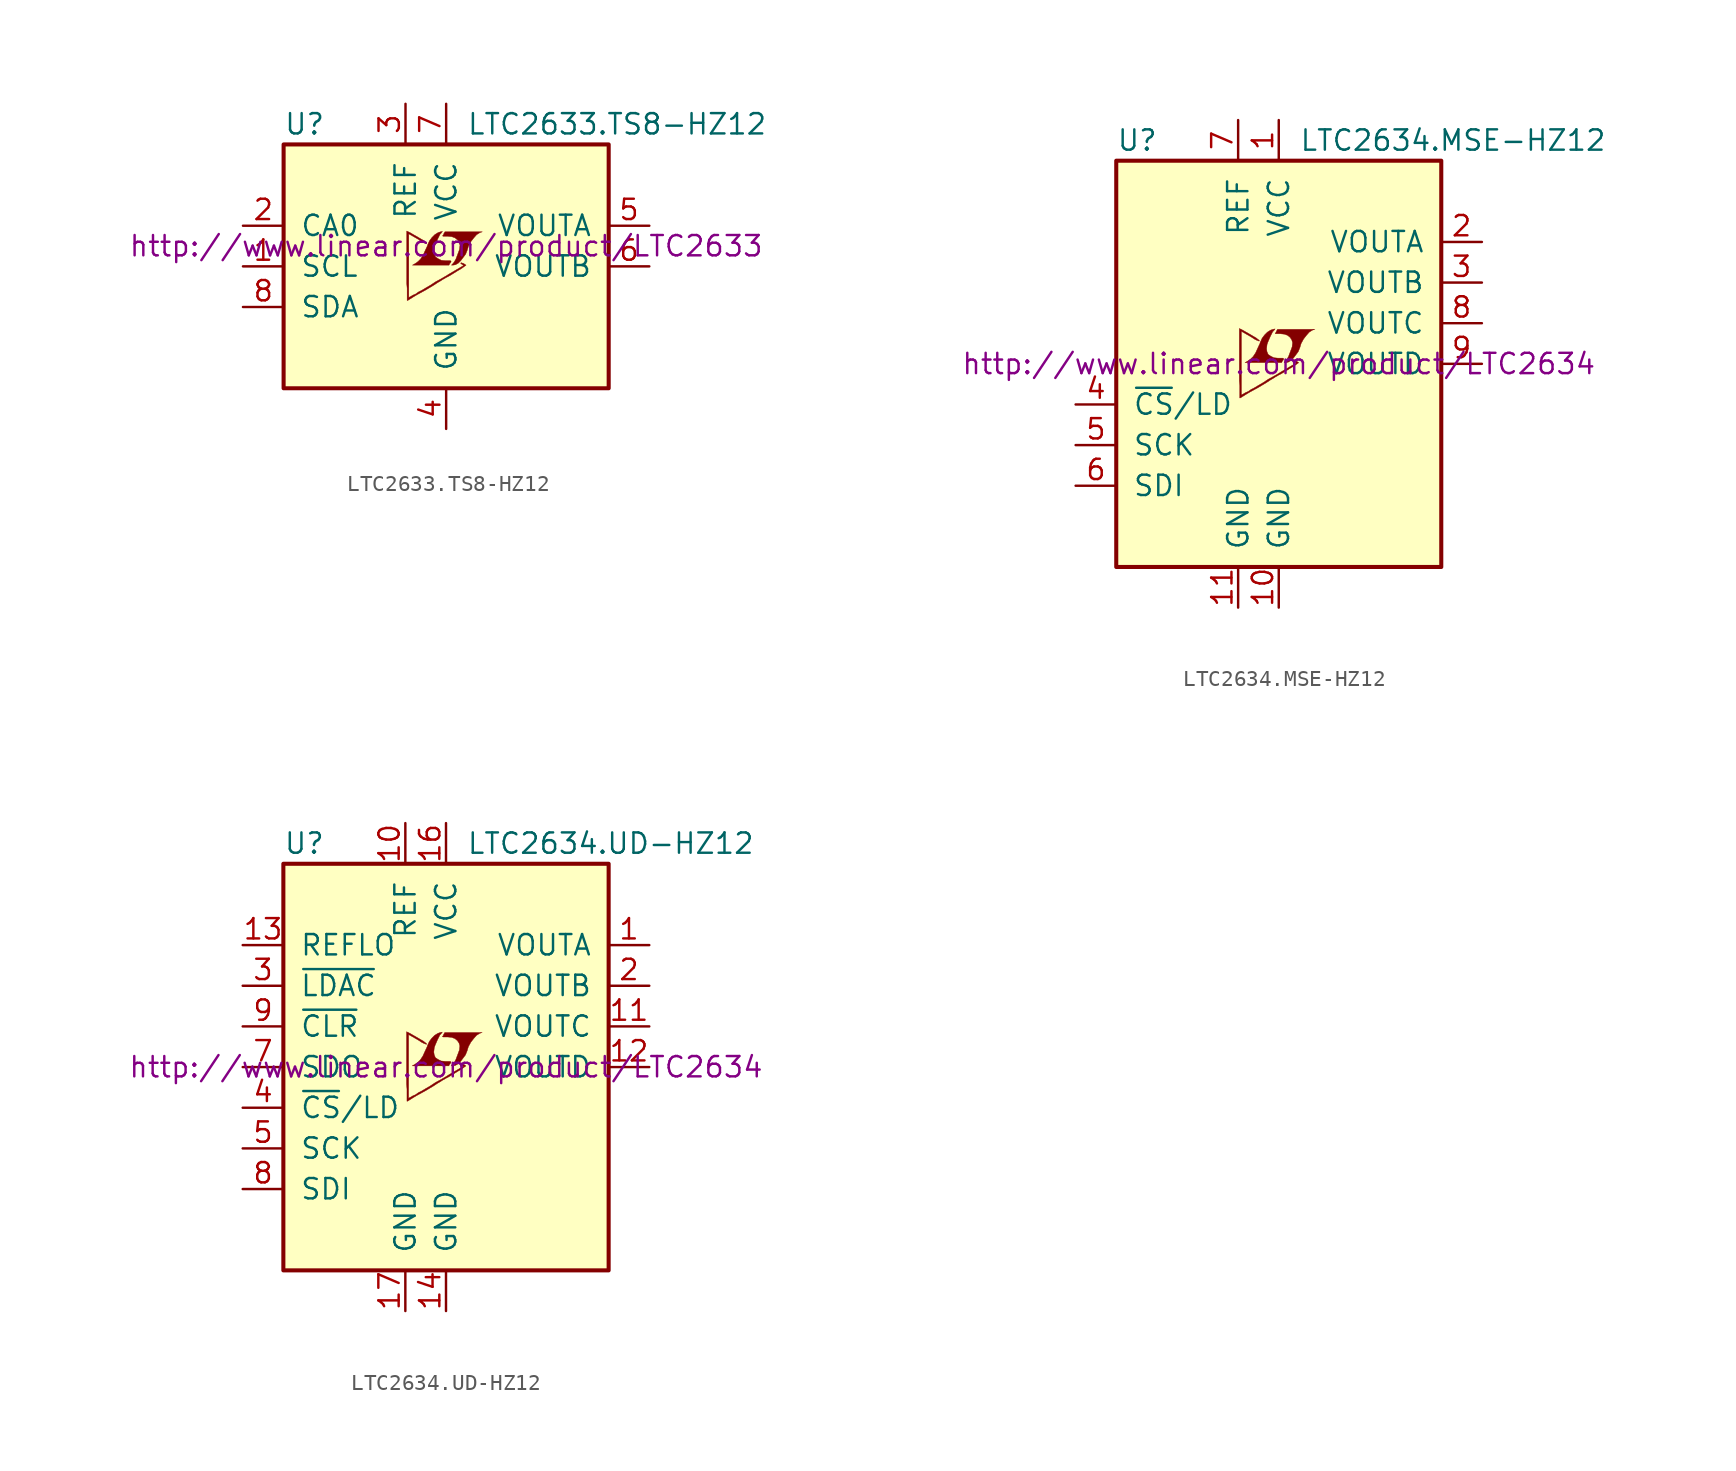
<source format=kicad_sym>
(kicad_symbol_lib
  (version 20201005)
  (generator kicad_symbol_editor)
  (symbol "LTC2633.TS8-HZ12"
    (pin_names
      (offset 1.016))
    (property "Reference" "U"
      (at -10.16 8.89 0)
      (effects (font (size 1.27 1.27)) (justify left)))
    (property "Value" "LTC2633.TS8-HZ12"
      (at 1.27 8.89 0)
      (effects (font (size 1.27 1.27)) (justify left)))
    (property "Datasheet" "http://www.linear.com/product/LTC2633"
      (at 0 1.27 0)
      (effects (font (size 1.27 1.27))))
    (symbol "LTC2633.TS8-HZ12_0_0"
      (polyline (pts (xy 0.584 0.102) (xy 0.762 0.203) (xy 0.914 0.356) (xy 1.219 0.762) (xy 1.321 1.016) (xy 1.397 1.27) (xy 1.549 1.549) (xy 1.727 1.778) (xy 1.905 1.981) (xy 2.108 2.108) (xy 2.261 2.159) (xy -0.076 2.159) (xy -0.152 2.032) (xy -0.152 2.007) (xy -0.203 1.93) (xy -0.229 1.905) (xy -0.178 1.88) (xy 0.102 1.88) (xy 0.356 1.854) (xy 0.559 1.778) (xy 0.711 1.651) (xy 0.813 1.499) (xy 0.864 1.321) (xy 0.838 1.092) (xy 0.838 1.067) (xy 0.61 0.457) (xy 0.508 0.279) (xy 0.406 0.152) (xy 0.33 0.076) (xy 0.432 0.076) (xy 0.584 0.102)) (stroke (width 0.025)) (fill (type outline)))
      (polyline (pts (xy 0.229 0.178) (xy 0.254 0.203) (xy 0.305 0.279) (xy 0.305 0.33) (xy 0.254 0.356) (xy -0.051 0.356) (xy -0.305 0.381) (xy -0.508 0.483) (xy -0.66 0.584) (xy -0.737 0.762) (xy -0.762 0.94) (xy -0.737 1.168) (xy -0.737 1.194) (xy -0.686 1.346) (xy -0.533 1.702) (xy -0.381 2.007) (xy -0.305 2.083) (xy -0.229 2.184) (xy -0.356 2.159) (xy -0.508 2.108) (xy -0.711 1.981) (xy -0.889 1.803) (xy -1.041 1.6) (xy -1.168 1.321) (xy -1.168 1.295) (xy -1.321 0.965) (xy -1.448 0.686) (xy -1.6 0.457) (xy -1.753 0.305) (xy -1.93 0.178) (xy -2.108 0.076) (xy 0.178 0.076) (xy 0.229 0.178)) (stroke (width 0.025)) (fill (type outline)))
      (polyline (pts (xy -2.362 -2.108) (xy -2.286 -2.057) (xy -2.159 -1.981) (xy -2.083 -1.93) (xy -1.829 -1.778) (xy -1.27 -1.473) (xy -0.762 -1.168) (xy -0.533 -1.016) (xy -0.356 -0.914) (xy -0.203 -0.813) (xy -0.102 -0.762) (xy -0.025 -0.711) (xy 0.127 -0.635) (xy 0.305 -0.533) (xy 0.711 -0.279) (xy 0.889 -0.178) (xy 1.041 -0.076) (xy 1.143 0) (xy 1.219 0.051) (xy 1.245 0.076) (xy 1.092 0.178) (xy 0.94 0.229) (xy 0.914 0.203) (xy 0.914 0.178) (xy 0.991 0.127) (xy 1.092 0.051) (xy 0.178 -0.483) (xy -0.025 -0.61) (xy -0.33 -0.787) (xy -0.66 -0.965) (xy -0.965 -1.168) (xy -1.27 -1.346) (xy -1.524 -1.499) (xy -1.727 -1.6) (xy -1.905 -1.727) (xy -2.083 -1.803) (xy -2.21 -1.88) (xy -2.311 -1.93) (xy -2.337 -1.956) (xy -2.337 2.032) (xy -1.803 1.727) (xy -1.676 1.651) (xy -1.524 1.549) (xy -1.372 1.473) (xy -1.295 1.448) (xy -1.245 1.422) (xy -1.219 1.422) (xy -1.219 1.473) (xy -1.295 1.524) (xy -1.422 1.626) (xy -1.6 1.727) (xy -1.727 1.803) (xy -2.083 2.007) (xy -2.21 2.083) (xy -2.464 2.21) (xy -2.464 -1.067) (xy -2.438 -1.372) (xy -2.438 -2.134) (xy -2.413 -2.134) (xy -2.362 -2.108)) (stroke (width 0.025)) (fill (type outline))))
    (symbol "LTC2633.TS8-HZ12_0_1"
      (rectangle (start -10.16 7.62) (end 10.16 -7.62) (stroke (width 0.254)) (fill (type background))))
    (symbol "LTC2633.TS8-HZ12_1_1"
      (pin input line (at -12.7 0 0) (length 2.54) (name "SCL" (effects (font (size 1.27 1.27)))) (number "1" (effects (font (size 1.27 1.27)))))
      (pin input line (at -12.7 2.54 0) (length 2.54) (name "CA0" (effects (font (size 1.27 1.27)))) (number "2" (effects (font (size 1.27 1.27)))))
      (pin passive line (at -2.54 10.16 270) (length 2.54) (name "REF" (effects (font (size 1.27 1.27)))) (number "3" (effects (font (size 1.27 1.27)))))
      (pin power_in line (at 0 -10.16 90) (length 2.54) (name "GND" (effects (font (size 1.27 1.27)))) (number "4" (effects (font (size 1.27 1.27)))))
      (pin output line (at 12.7 2.54 180) (length 2.54) (name "VOUTA" (effects (font (size 1.27 1.27)))) (number "5" (effects (font (size 1.27 1.27)))))
      (pin output line (at 12.7 0 180) (length 2.54) (name "VOUTB" (effects (font (size 1.27 1.27)))) (number "6" (effects (font (size 1.27 1.27)))))
      (pin power_in line (at 0 10.16 270) (length 2.54) (name "VCC" (effects (font (size 1.27 1.27)))) (number "7" (effects (font (size 1.27 1.27)))))
      (pin input line (at -12.7 -2.54 0) (length 2.54) (name "SDA" (effects (font (size 1.27 1.27)))) (number "8" (effects (font (size 1.27 1.27)))))))
  (symbol "LTC2634.MSE-HZ12"
    (pin_names
      (offset 1.016))
    (property "Reference" "U"
      (at -10.16 13.97 0)
      (effects (font (size 1.27 1.27)) (justify left)))
    (property "Value" "LTC2634.MSE-HZ12"
      (at 1.27 13.97 0)
      (effects (font (size 1.27 1.27)) (justify left)))
    (property "Datasheet" "http://www.linear.com/product/LTC2634"
      (at 0 0 0)
      (effects (font (size 1.27 1.27))))
    (symbol "LTC2634.MSE-HZ12_0_0"
      (polyline (pts (xy 0.584 0.102) (xy 0.762 0.203) (xy 0.914 0.356) (xy 1.219 0.762) (xy 1.321 1.016) (xy 1.397 1.27) (xy 1.549 1.549) (xy 1.727 1.778) (xy 1.905 1.981) (xy 2.108 2.108) (xy 2.261 2.159) (xy -0.076 2.159) (xy -0.152 2.032) (xy -0.152 2.007) (xy -0.203 1.93) (xy -0.229 1.905) (xy -0.178 1.88) (xy 0.102 1.88) (xy 0.356 1.854) (xy 0.559 1.778) (xy 0.711 1.651) (xy 0.813 1.499) (xy 0.864 1.321) (xy 0.838 1.092) (xy 0.838 1.067) (xy 0.61 0.457) (xy 0.508 0.279) (xy 0.406 0.152) (xy 0.33 0.076) (xy 0.432 0.076) (xy 0.584 0.102)) (stroke (width 0.025)) (fill (type outline)))
      (polyline (pts (xy 0.229 0.178) (xy 0.254 0.203) (xy 0.305 0.279) (xy 0.305 0.33) (xy 0.254 0.356) (xy -0.051 0.356) (xy -0.305 0.381) (xy -0.508 0.483) (xy -0.66 0.584) (xy -0.737 0.762) (xy -0.762 0.94) (xy -0.737 1.168) (xy -0.737 1.194) (xy -0.686 1.346) (xy -0.533 1.702) (xy -0.381 2.007) (xy -0.305 2.083) (xy -0.229 2.184) (xy -0.356 2.159) (xy -0.508 2.108) (xy -0.711 1.981) (xy -0.889 1.803) (xy -1.041 1.6) (xy -1.168 1.321) (xy -1.168 1.295) (xy -1.321 0.965) (xy -1.448 0.686) (xy -1.6 0.457) (xy -1.753 0.305) (xy -1.93 0.178) (xy -2.108 0.076) (xy 0.178 0.076) (xy 0.229 0.178)) (stroke (width 0.025)) (fill (type outline)))
      (polyline (pts (xy -2.362 -2.108) (xy -2.286 -2.057) (xy -2.159 -1.981) (xy -2.083 -1.93) (xy -1.829 -1.778) (xy -1.27 -1.473) (xy -0.762 -1.168) (xy -0.533 -1.016) (xy -0.356 -0.914) (xy -0.203 -0.813) (xy -0.102 -0.762) (xy -0.025 -0.711) (xy 0.127 -0.635) (xy 0.305 -0.533) (xy 0.711 -0.279) (xy 0.889 -0.178) (xy 1.041 -0.076) (xy 1.143 0) (xy 1.219 0.051) (xy 1.245 0.076) (xy 1.092 0.178) (xy 0.94 0.229) (xy 0.914 0.203) (xy 0.914 0.178) (xy 0.991 0.127) (xy 1.092 0.051) (xy 0.178 -0.483) (xy -0.025 -0.61) (xy -0.33 -0.787) (xy -0.66 -0.965) (xy -0.965 -1.168) (xy -1.27 -1.346) (xy -1.524 -1.499) (xy -1.727 -1.6) (xy -1.905 -1.727) (xy -2.083 -1.803) (xy -2.21 -1.88) (xy -2.311 -1.93) (xy -2.337 -1.956) (xy -2.337 2.032) (xy -1.803 1.727) (xy -1.676 1.651) (xy -1.524 1.549) (xy -1.372 1.473) (xy -1.295 1.448) (xy -1.245 1.422) (xy -1.219 1.422) (xy -1.219 1.473) (xy -1.295 1.524) (xy -1.422 1.626) (xy -1.6 1.727) (xy -1.727 1.803) (xy -2.083 2.007) (xy -2.21 2.083) (xy -2.464 2.21) (xy -2.464 -1.067) (xy -2.438 -1.372) (xy -2.438 -2.134) (xy -2.413 -2.134) (xy -2.362 -2.108)) (stroke (width 0.025)) (fill (type outline))))
    (symbol "LTC2634.MSE-HZ12_0_1"
      (rectangle (start -10.16 12.7) (end 10.16 -12.7) (stroke (width 0.254)) (fill (type background))))
    (symbol "LTC2634.MSE-HZ12_1_1"
      (pin power_in line (at 0 15.24 270) (length 2.54) (name "VCC" (effects (font (size 1.27 1.27)))) (number "1" (effects (font (size 1.27 1.27)))))
      (pin power_in line (at 0 -15.24 90) (length 2.54) (name "GND" (effects (font (size 1.27 1.27)))) (number "10" (effects (font (size 1.27 1.27)))))
      (pin power_in line (at -2.54 -15.24 90) (length 2.54) (name "GND" (effects (font (size 1.27 1.27)))) (number "11" (effects (font (size 1.27 1.27)))))
      (pin output line (at 12.7 7.62 180) (length 2.54) (name "VOUTA" (effects (font (size 1.27 1.27)))) (number "2" (effects (font (size 1.27 1.27)))))
      (pin output line (at 12.7 5.08 180) (length 2.54) (name "VOUTB" (effects (font (size 1.27 1.27)))) (number "3" (effects (font (size 1.27 1.27)))))
      (pin input line (at -12.7 -2.54 0) (length 2.54) (name "~CS~/LD" (effects (font (size 1.27 1.27)))) (number "4" (effects (font (size 1.27 1.27)))))
      (pin input line (at -12.7 -5.08 0) (length 2.54) (name "SCK" (effects (font (size 1.27 1.27)))) (number "5" (effects (font (size 1.27 1.27)))))
      (pin input line (at -12.7 -7.62 0) (length 2.54) (name "SDI" (effects (font (size 1.27 1.27)))) (number "6" (effects (font (size 1.27 1.27)))))
      (pin passive line (at -2.54 15.24 270) (length 2.54) (name "REF" (effects (font (size 1.27 1.27)))) (number "7" (effects (font (size 1.27 1.27)))))
      (pin output line (at 12.7 2.54 180) (length 2.54) (name "VOUTC" (effects (font (size 1.27 1.27)))) (number "8" (effects (font (size 1.27 1.27)))))
      (pin output line (at 12.7 0 180) (length 2.54) (name "VOUTD" (effects (font (size 1.27 1.27)))) (number "9" (effects (font (size 1.27 1.27)))))))
  (symbol "LTC2634.UD-HZ12"
    (pin_names
      (offset 1.016))
    (property "Reference" "U"
      (at -10.16 13.97 0)
      (effects (font (size 1.27 1.27)) (justify left)))
    (property "Value" "LTC2634.UD-HZ12"
      (at 1.27 13.97 0)
      (effects (font (size 1.27 1.27)) (justify left)))
    (property "Datasheet" "http://www.linear.com/product/LTC2634"
      (at 0 0 0)
      (effects (font (size 1.27 1.27))))
    (symbol "LTC2634.UD-HZ12_0_0"
      (polyline (pts (xy 0.584 0.102) (xy 0.762 0.203) (xy 0.914 0.356) (xy 1.219 0.762) (xy 1.321 1.016) (xy 1.397 1.27) (xy 1.549 1.549) (xy 1.727 1.778) (xy 1.905 1.981) (xy 2.108 2.108) (xy 2.261 2.159) (xy -0.076 2.159) (xy -0.152 2.032) (xy -0.152 2.007) (xy -0.203 1.93) (xy -0.229 1.905) (xy -0.178 1.88) (xy 0.102 1.88) (xy 0.356 1.854) (xy 0.559 1.778) (xy 0.711 1.651) (xy 0.813 1.499) (xy 0.864 1.321) (xy 0.838 1.092) (xy 0.838 1.067) (xy 0.61 0.457) (xy 0.508 0.279) (xy 0.406 0.152) (xy 0.33 0.076) (xy 0.432 0.076) (xy 0.584 0.102)) (stroke (width 0.025)) (fill (type outline)))
      (polyline (pts (xy 0.229 0.178) (xy 0.254 0.203) (xy 0.305 0.279) (xy 0.305 0.33) (xy 0.254 0.356) (xy -0.051 0.356) (xy -0.305 0.381) (xy -0.508 0.483) (xy -0.66 0.584) (xy -0.737 0.762) (xy -0.762 0.94) (xy -0.737 1.168) (xy -0.737 1.194) (xy -0.686 1.346) (xy -0.533 1.702) (xy -0.381 2.007) (xy -0.305 2.083) (xy -0.229 2.184) (xy -0.356 2.159) (xy -0.508 2.108) (xy -0.711 1.981) (xy -0.889 1.803) (xy -1.041 1.6) (xy -1.168 1.321) (xy -1.168 1.295) (xy -1.321 0.965) (xy -1.448 0.686) (xy -1.6 0.457) (xy -1.753 0.305) (xy -1.93 0.178) (xy -2.108 0.076) (xy 0.178 0.076) (xy 0.229 0.178)) (stroke (width 0.025)) (fill (type outline)))
      (polyline (pts (xy -2.362 -2.108) (xy -2.286 -2.057) (xy -2.159 -1.981) (xy -2.083 -1.93) (xy -1.829 -1.778) (xy -1.27 -1.473) (xy -0.762 -1.168) (xy -0.533 -1.016) (xy -0.356 -0.914) (xy -0.203 -0.813) (xy -0.102 -0.762) (xy -0.025 -0.711) (xy 0.127 -0.635) (xy 0.305 -0.533) (xy 0.711 -0.279) (xy 0.889 -0.178) (xy 1.041 -0.076) (xy 1.143 0) (xy 1.219 0.051) (xy 1.245 0.076) (xy 1.092 0.178) (xy 0.94 0.229) (xy 0.914 0.203) (xy 0.914 0.178) (xy 0.991 0.127) (xy 1.092 0.051) (xy 0.178 -0.483) (xy -0.025 -0.61) (xy -0.33 -0.787) (xy -0.66 -0.965) (xy -0.965 -1.168) (xy -1.27 -1.346) (xy -1.524 -1.499) (xy -1.727 -1.6) (xy -1.905 -1.727) (xy -2.083 -1.803) (xy -2.21 -1.88) (xy -2.311 -1.93) (xy -2.337 -1.956) (xy -2.337 2.032) (xy -1.803 1.727) (xy -1.676 1.651) (xy -1.524 1.549) (xy -1.372 1.473) (xy -1.295 1.448) (xy -1.245 1.422) (xy -1.219 1.422) (xy -1.219 1.473) (xy -1.295 1.524) (xy -1.422 1.626) (xy -1.6 1.727) (xy -1.727 1.803) (xy -2.083 2.007) (xy -2.21 2.083) (xy -2.464 2.21) (xy -2.464 -1.067) (xy -2.438 -1.372) (xy -2.438 -2.134) (xy -2.413 -2.134) (xy -2.362 -2.108)) (stroke (width 0.025)) (fill (type outline))))
    (symbol "LTC2634.UD-HZ12_0_1"
      (rectangle (start -10.16 12.7) (end 10.16 -12.7) (stroke (width 0.254)) (fill (type background))))
    (symbol "LTC2634.UD-HZ12_1_1"
      (pin output line (at 12.7 7.62 180) (length 2.54) (name "VOUTA" (effects (font (size 1.27 1.27)))) (number "1" (effects (font (size 1.27 1.27)))))
      (pin passive line (at -2.54 15.24 270) (length 2.54) (name "REF" (effects (font (size 1.27 1.27)))) (number "10" (effects (font (size 1.27 1.27)))))
      (pin output line (at 12.7 2.54 180) (length 2.54) (name "VOUTC" (effects (font (size 1.27 1.27)))) (number "11" (effects (font (size 1.27 1.27)))))
      (pin output line (at 12.7 0 180) (length 2.54) (name "VOUTD" (effects (font (size 1.27 1.27)))) (number "12" (effects (font (size 1.27 1.27)))))
      (pin passive line (at -12.7 7.62 0) (length 2.54) (name "REFLO" (effects (font (size 1.27 1.27)))) (number "13" (effects (font (size 1.27 1.27)))))
      (pin power_in line (at 0 -15.24 90) (length 2.54) (name "GND" (effects (font (size 1.27 1.27)))) (number "14" (effects (font (size 1.27 1.27)))))
      (pin unconnected line (at 5.08 -15.24 90) (length 2.54) hide (name "DNC" (effects (font (size 1.27 1.27)))) (number "15" (effects (font (size 1.27 1.27)))))
      (pin power_in line (at 0 15.24 270) (length 2.54) (name "VCC" (effects (font (size 1.27 1.27)))) (number "16" (effects (font (size 1.27 1.27)))))
      (pin power_in line (at -2.54 -15.24 90) (length 2.54) (name "GND" (effects (font (size 1.27 1.27)))) (number "17" (effects (font (size 1.27 1.27)))))
      (pin output line (at 12.7 5.08 180) (length 2.54) (name "VOUTB" (effects (font (size 1.27 1.27)))) (number "2" (effects (font (size 1.27 1.27)))))
      (pin input line (at -12.7 5.08 0) (length 2.54) (name "~LDAC~" (effects (font (size 1.27 1.27)))) (number "3" (effects (font (size 1.27 1.27)))))
      (pin input line (at -12.7 -2.54 0) (length 2.54) (name "~CS~/LD" (effects (font (size 1.27 1.27)))) (number "4" (effects (font (size 1.27 1.27)))))
      (pin input line (at -12.7 -5.08 0) (length 2.54) (name "SCK" (effects (font (size 1.27 1.27)))) (number "5" (effects (font (size 1.27 1.27)))))
      (pin unconnected line (at 2.54 -15.24 90) (length 2.54) hide (name "DNC" (effects (font (size 1.27 1.27)))) (number "6" (effects (font (size 1.27 1.27)))))
      (pin output line (at -12.7 0 0) (length 2.54) (name "SDO" (effects (font (size 1.27 1.27)))) (number "7" (effects (font (size 1.27 1.27)))))
      (pin input line (at -12.7 -7.62 0) (length 2.54) (name "SDI" (effects (font (size 1.27 1.27)))) (number "8" (effects (font (size 1.27 1.27)))))
      (pin input line (at -12.7 2.54 0) (length 2.54) (name "~CLR~" (effects (font (size 1.27 1.27)))) (number "9" (effects (font (size 1.27 1.27))))))))
</source>
